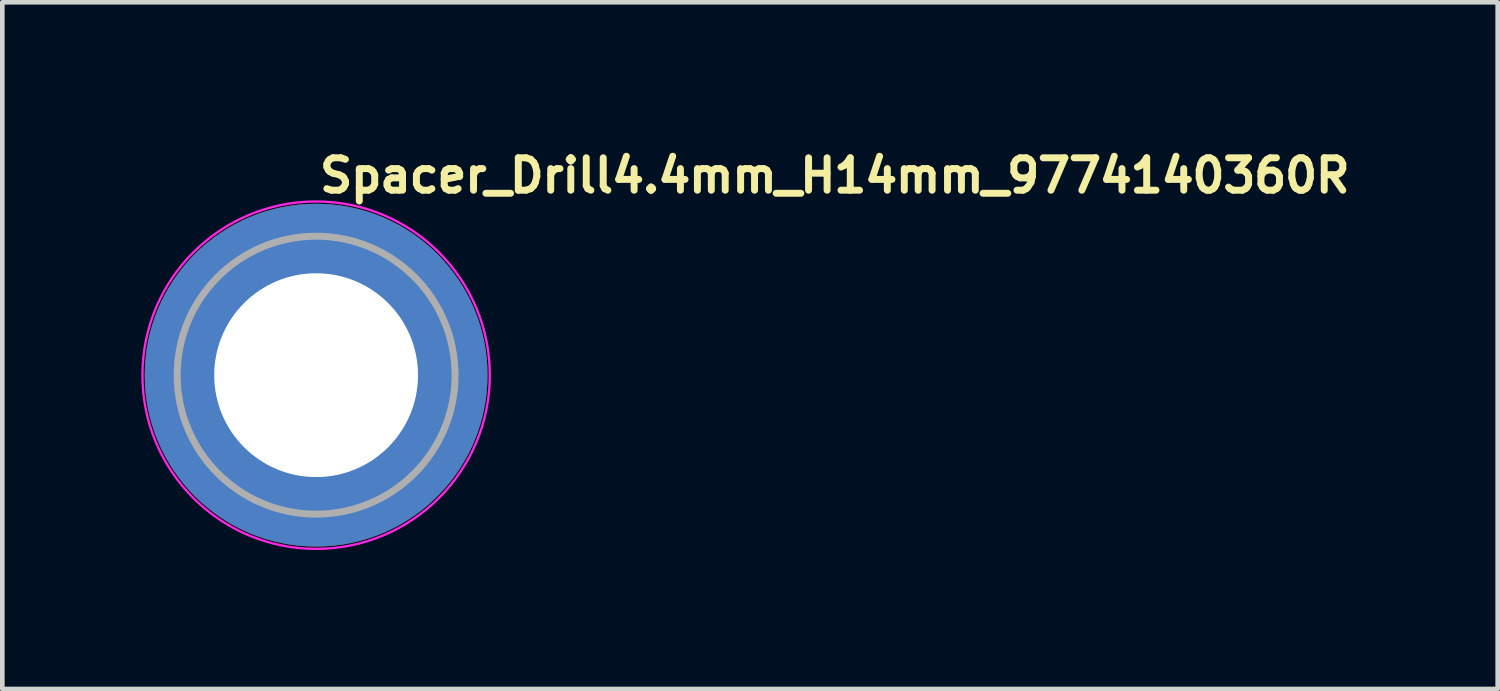
<source format=kicad_pcb>
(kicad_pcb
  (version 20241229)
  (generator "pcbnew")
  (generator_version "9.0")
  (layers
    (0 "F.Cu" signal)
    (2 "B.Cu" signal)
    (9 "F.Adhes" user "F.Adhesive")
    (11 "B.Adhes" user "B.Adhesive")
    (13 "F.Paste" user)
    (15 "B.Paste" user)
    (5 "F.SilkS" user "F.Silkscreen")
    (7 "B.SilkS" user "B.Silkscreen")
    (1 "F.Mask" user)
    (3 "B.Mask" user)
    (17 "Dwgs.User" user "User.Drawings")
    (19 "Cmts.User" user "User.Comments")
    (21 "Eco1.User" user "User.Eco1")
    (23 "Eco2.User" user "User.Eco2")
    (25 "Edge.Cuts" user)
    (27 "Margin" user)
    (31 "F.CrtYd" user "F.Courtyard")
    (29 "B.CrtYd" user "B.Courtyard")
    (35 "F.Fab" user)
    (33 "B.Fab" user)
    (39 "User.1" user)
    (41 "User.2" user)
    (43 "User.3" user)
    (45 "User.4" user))
  (footprint "Spacer_Drill4.4mm_H14mm_9774140360R"
    (layer "F.Cu")
    (at 3.775 5.05)
    (property "Reference" "Spacer_Drill4.4mm_H14mm_9774140360R" (at 0 -3.9 0) (layer "F.SilkS") (effects (font (size 0.7 0.7) (thickness 0.15)) (justify left bottom)))
    (attr smd)
    (fp_circle (center 0 0) (end 3.75 0) (stroke (width 0.05) (type solid)) (fill no) (layer "F.CrtYd"))
    (fp_circle (center 0 0) (end 3 0) (stroke (width 0.15) (type solid)) (fill no) (layer "F.Fab"))
    (fp_rect (start -3 -3) (end 3 3) (stroke (width 0.1) (type solid)) (fill no) (layer "User.5"))
    (fp_line (start -3 0) (end -3 0) (stroke (width 0.02) (type solid)) (layer "User.9"))
    (fp_line (start -3 0) (end -2.996 0.154) (stroke (width 0.02) (type solid)) (layer "User.9"))
    (fp_line (start -2.996 -0.154) (end -3 0) (stroke (width 0.02) (type solid)) (layer "User.9"))
    (fp_line (start -2.996 0.154) (end -2.984 0.306) (stroke (width 0.02) (type solid)) (layer "User.9"))
    (fp_line (start -2.984 -0.306) (end -2.996 -0.154) (stroke (width 0.02) (type solid)) (layer "User.9"))
    (fp_line (start -2.984 0.306) (end -2.965 0.456) (stroke (width 0.02) (type solid)) (layer "User.9"))
    (fp_line (start -2.965 -0.456) (end -2.984 -0.306) (stroke (width 0.02) (type solid)) (layer "User.9"))
    (fp_line (start -2.965 0.456) (end -2.939 0.604) (stroke (width 0.02) (type solid)) (layer "User.9"))
    (fp_line (start -2.939 -0.604) (end -2.965 -0.456) (stroke (width 0.02) (type solid)) (layer "User.9"))
    (fp_line (start -2.939 0.604) (end -2.905 0.749) (stroke (width 0.02) (type solid)) (layer "User.9"))
    (fp_line (start -2.905 -0.749) (end -2.939 -0.604) (stroke (width 0.02) (type solid)) (layer "User.9"))
    (fp_line (start -2.905 0.749) (end -2.865 0.892) (stroke (width 0.02) (type solid)) (layer "User.9"))
    (fp_line (start -2.865 -0.892) (end -2.905 -0.749) (stroke (width 0.02) (type solid)) (layer "User.9"))
    (fp_line (start -2.865 0.892) (end -2.817 1.031) (stroke (width 0.02) (type solid)) (layer "User.9"))
    (fp_line (start -2.817 -1.031) (end -2.865 -0.892) (stroke (width 0.02) (type solid)) (layer "User.9"))
    (fp_line (start -2.817 1.031) (end -2.764 1.167) (stroke (width 0.02) (type solid)) (layer "User.9"))
    (fp_line (start -2.764 -1.167) (end -2.817 -1.031) (stroke (width 0.02) (type solid)) (layer "User.9"))
    (fp_line (start -2.764 1.167) (end -2.704 1.3) (stroke (width 0.02) (type solid)) (layer "User.9"))
    (fp_line (start -2.704 -1.3) (end -2.764 -1.167) (stroke (width 0.02) (type solid)) (layer "User.9"))
    (fp_line (start -2.704 1.3) (end -2.637 1.429) (stroke (width 0.02) (type solid)) (layer "User.9"))
    (fp_line (start -2.637 -1.429) (end -2.704 -1.3) (stroke (width 0.02) (type solid)) (layer "User.9"))
    (fp_line (start -2.637 1.429) (end -2.565 1.555) (stroke (width 0.02) (type solid)) (layer "User.9"))
    (fp_line (start -2.565 -1.555) (end -2.637 -1.429) (stroke (width 0.02) (type solid)) (layer "User.9"))
    (fp_line (start -2.565 1.555) (end -2.487 1.677) (stroke (width 0.02) (type solid)) (layer "User.9"))
    (fp_line (start -2.487 -1.677) (end -2.565 -1.555) (stroke (width 0.02) (type solid)) (layer "User.9"))
    (fp_line (start -2.487 1.677) (end -2.404 1.794) (stroke (width 0.02) (type solid)) (layer "User.9"))
    (fp_line (start -2.404 -1.794) (end -2.487 -1.677) (stroke (width 0.02) (type solid)) (layer "User.9"))
    (fp_line (start -2.404 1.794) (end -2.314 1.908) (stroke (width 0.02) (type solid)) (layer "User.9"))
    (fp_line (start -2.314 -1.908) (end -2.404 -1.794) (stroke (width 0.02) (type solid)) (layer "User.9"))
    (fp_line (start -2.314 1.908) (end -2.22 2.016) (stroke (width 0.02) (type solid)) (layer "User.9"))
    (fp_line (start -2.22 -2.016) (end -2.314 -1.908) (stroke (width 0.02) (type solid)) (layer "User.9"))
    (fp_line (start -2.22 2.016) (end -2.121 2.121) (stroke (width 0.02) (type solid)) (layer "User.9"))
    (fp_line (start -2.121 -2.121) (end -2.22 -2.016) (stroke (width 0.02) (type solid)) (layer "User.9"))
    (fp_line (start -2.121 2.121) (end -2.016 2.22) (stroke (width 0.02) (type solid)) (layer "User.9"))
    (fp_line (start -2.016 -2.22) (end -2.121 -2.121) (stroke (width 0.02) (type solid)) (layer "User.9"))
    (fp_line (start -2.016 2.22) (end -1.908 2.314) (stroke (width 0.02) (type solid)) (layer "User.9"))
    (fp_line (start -1.908 -2.314) (end -2.016 -2.22) (stroke (width 0.02) (type solid)) (layer "User.9"))
    (fp_line (start -1.908 2.314) (end -1.794 2.404) (stroke (width 0.02) (type solid)) (layer "User.9"))
    (fp_line (start -1.794 -2.404) (end -1.908 -2.314) (stroke (width 0.02) (type solid)) (layer "User.9"))
    (fp_line (start -1.794 2.404) (end -1.677 2.487) (stroke (width 0.02) (type solid)) (layer "User.9"))
    (fp_line (start -1.677 -2.487) (end -1.794 -2.404) (stroke (width 0.02) (type solid)) (layer "User.9"))
    (fp_line (start -1.677 2.487) (end -1.555 2.565) (stroke (width 0.02) (type solid)) (layer "User.9"))
    (fp_line (start -1.555 -2.565) (end -1.677 -2.487) (stroke (width 0.02) (type solid)) (layer "User.9"))
    (fp_line (start -1.555 2.565) (end -1.429 2.637) (stroke (width 0.02) (type solid)) (layer "User.9"))
    (fp_line (start -1.429 -2.637) (end -1.555 -2.565) (stroke (width 0.02) (type solid)) (layer "User.9"))
    (fp_line (start -1.429 2.637) (end -1.3 2.704) (stroke (width 0.02) (type solid)) (layer "User.9"))
    (fp_line (start -1.3 -2.704) (end -1.429 -2.637) (stroke (width 0.02) (type solid)) (layer "User.9"))
    (fp_line (start -1.3 2.704) (end -1.167 2.764) (stroke (width 0.02) (type solid)) (layer "User.9"))
    (fp_line (start -1.229 0) (end -1.229 0) (stroke (width 0.02) (type solid)) (layer "User.9"))
    (fp_line (start -1.229 0) (end -1.227 0.063) (stroke (width 0.02) (type solid)) (layer "User.9"))
    (fp_line (start -1.227 -0.063) (end -1.229 0) (stroke (width 0.02) (type solid)) (layer "User.9"))
    (fp_line (start -1.227 0.063) (end -1.223 0.125) (stroke (width 0.02) (type solid)) (layer "User.9"))
    (fp_line (start -1.223 -0.125) (end -1.227 -0.063) (stroke (width 0.02) (type solid)) (layer "User.9"))
    (fp_line (start -1.223 0.125) (end -1.215 0.187) (stroke (width 0.02) (type solid)) (layer "User.9"))
    (fp_line (start -1.215 -0.187) (end -1.223 -0.125) (stroke (width 0.02) (type solid)) (layer "User.9"))
    (fp_line (start -1.215 0.187) (end -1.204 0.247) (stroke (width 0.02) (type solid)) (layer "User.9"))
    (fp_line (start -1.204 -0.247) (end -1.215 -0.187) (stroke (width 0.02) (type solid)) (layer "User.9"))
    (fp_line (start -1.204 0.247) (end -1.19 0.307) (stroke (width 0.02) (type solid)) (layer "User.9"))
    (fp_line (start -1.19 -0.307) (end -1.204 -0.247) (stroke (width 0.02) (type solid)) (layer "User.9"))
    (fp_line (start -1.19 0.307) (end -1.174 0.365) (stroke (width 0.02) (type solid)) (layer "User.9"))
    (fp_line (start -1.174 -0.365) (end -1.19 -0.307) (stroke (width 0.02) (type solid)) (layer "User.9"))
    (fp_line (start -1.174 0.365) (end -1.154 0.422) (stroke (width 0.02) (type solid)) (layer "User.9"))
    (fp_line (start -1.167 -2.764) (end -1.3 -2.704) (stroke (width 0.02) (type solid)) (layer "User.9"))
    (fp_line (start -1.167 2.764) (end -1.031 2.817) (stroke (width 0.02) (type solid)) (layer "User.9"))
    (fp_line (start -1.154 -0.422) (end -1.174 -0.365) (stroke (width 0.02) (type solid)) (layer "User.9"))
    (fp_line (start -1.154 0.422) (end -1.132 0.478) (stroke (width 0.02) (type solid)) (layer "User.9"))
    (fp_line (start -1.132 -0.478) (end -1.154 -0.422) (stroke (width 0.02) (type solid)) (layer "User.9"))
    (fp_line (start -1.132 0.478) (end -1.108 0.533) (stroke (width 0.02) (type solid)) (layer "User.9"))
    (fp_line (start -1.108 -0.533) (end -1.132 -0.478) (stroke (width 0.02) (type solid)) (layer "User.9"))
    (fp_line (start -1.108 0.533) (end -1.081 0.586) (stroke (width 0.02) (type solid)) (layer "User.9"))
    (fp_line (start -1.081 -0.586) (end -1.108 -0.533) (stroke (width 0.02) (type solid)) (layer "User.9"))
    (fp_line (start -1.081 0.586) (end -1.051 0.637) (stroke (width 0.02) (type solid)) (layer "User.9"))
    (fp_line (start -1.051 -0.637) (end -1.081 -0.586) (stroke (width 0.02) (type solid)) (layer "User.9"))
    (fp_line (start -1.051 0.637) (end -1.019 0.687) (stroke (width 0.02) (type solid)) (layer "User.9"))
    (fp_line (start -1.031 -2.817) (end -1.167 -2.764) (stroke (width 0.02) (type solid)) (layer "User.9"))
    (fp_line (start -1.031 2.817) (end -0.892 2.865) (stroke (width 0.02) (type solid)) (layer "User.9"))
    (fp_line (start -1.019 -0.687) (end -1.051 -0.637) (stroke (width 0.02) (type solid)) (layer "User.9"))
    (fp_line (start -1.019 0.687) (end -0.985 0.735) (stroke (width 0.02) (type solid)) (layer "User.9"))
    (fp_line (start -0.985 -0.735) (end -1.019 -0.687) (stroke (width 0.02) (type solid)) (layer "User.9"))
    (fp_line (start -0.985 0.735) (end -0.948 0.782) (stroke (width 0.02) (type solid)) (layer "User.9"))
    (fp_line (start -0.948 -0.782) (end -0.985 -0.735) (stroke (width 0.02) (type solid)) (layer "User.9"))
    (fp_line (start -0.948 0.782) (end -0.91 0.826) (stroke (width 0.02) (type solid)) (layer "User.9"))
    (fp_line (start -0.91 -0.826) (end -0.948 -0.782) (stroke (width 0.02) (type solid)) (layer "User.9"))
    (fp_line (start -0.91 0.826) (end -0.869 0.869) (stroke (width 0.02) (type solid)) (layer "User.9"))
    (fp_line (start -0.892 -2.865) (end -1.031 -2.817) (stroke (width 0.02) (type solid)) (layer "User.9"))
    (fp_line (start -0.892 2.865) (end -0.749 2.905) (stroke (width 0.02) (type solid)) (layer "User.9"))
    (fp_line (start -0.869 -0.869) (end -0.91 -0.826) (stroke (width 0.02) (type solid)) (layer "User.9"))
    (fp_line (start -0.869 0.869) (end -0.826 0.91) (stroke (width 0.02) (type solid)) (layer "User.9"))
    (fp_line (start -0.826 -0.91) (end -0.869 -0.869) (stroke (width 0.02) (type solid)) (layer "User.9"))
    (fp_line (start -0.826 0.91) (end -0.782 0.948) (stroke (width 0.02) (type solid)) (layer "User.9"))
    (fp_line (start -0.782 -0.948) (end -0.826 -0.91) (stroke (width 0.02) (type solid)) (layer "User.9"))
    (fp_line (start -0.782 0.948) (end -0.735 0.985) (stroke (width 0.02) (type solid)) (layer "User.9"))
    (fp_line (start -0.749 -2.905) (end -0.892 -2.865) (stroke (width 0.02) (type solid)) (layer "User.9"))
    (fp_line (start -0.749 2.905) (end -0.604 2.939) (stroke (width 0.02) (type solid)) (layer "User.9"))
    (fp_line (start -0.735 -0.985) (end -0.782 -0.948) (stroke (width 0.02) (type solid)) (layer "User.9"))
    (fp_line (start -0.735 0.985) (end -0.687 1.019) (stroke (width 0.02) (type solid)) (layer "User.9"))
    (fp_line (start -0.687 -1.019) (end -0.735 -0.985) (stroke (width 0.02) (type solid)) (layer "User.9"))
    (fp_line (start -0.687 1.019) (end -0.637 1.051) (stroke (width 0.02) (type solid)) (layer "User.9"))
    (fp_line (start -0.637 -1.051) (end -0.687 -1.019) (stroke (width 0.02) (type solid)) (layer "User.9"))
    (fp_line (start -0.637 1.051) (end -0.586 1.081) (stroke (width 0.02) (type solid)) (layer "User.9"))
    (fp_line (start -0.604 -2.939) (end -0.749 -2.905) (stroke (width 0.02) (type solid)) (layer "User.9"))
    (fp_line (start -0.604 2.939) (end -0.456 2.965) (stroke (width 0.02) (type solid)) (layer "User.9"))
    (fp_line (start -0.586 -1.081) (end -0.637 -1.051) (stroke (width 0.02) (type solid)) (layer "User.9"))
    (fp_line (start -0.586 1.081) (end -0.533 1.108) (stroke (width 0.02) (type solid)) (layer "User.9"))
    (fp_line (start -0.533 -1.108) (end -0.586 -1.081) (stroke (width 0.02) (type solid)) (layer "User.9"))
    (fp_line (start -0.533 1.108) (end -0.478 1.132) (stroke (width 0.02) (type solid)) (layer "User.9"))
    (fp_line (start -0.478 -1.132) (end -0.533 -1.108) (stroke (width 0.02) (type solid)) (layer "User.9"))
    (fp_line (start -0.478 1.132) (end -0.422 1.154) (stroke (width 0.02) (type solid)) (layer "User.9"))
    (fp_line (start -0.456 -2.965) (end -0.604 -2.939) (stroke (width 0.02) (type solid)) (layer "User.9"))
    (fp_line (start -0.456 2.965) (end -0.306 2.984) (stroke (width 0.02) (type solid)) (layer "User.9"))
    (fp_line (start -0.422 -1.154) (end -0.478 -1.132) (stroke (width 0.02) (type solid)) (layer "User.9"))
    (fp_line (start -0.422 1.154) (end -0.365 1.174) (stroke (width 0.02) (type solid)) (layer "User.9"))
    (fp_line (start -0.365 -1.174) (end -0.422 -1.154) (stroke (width 0.02) (type solid)) (layer "User.9"))
    (fp_line (start -0.365 1.174) (end -0.307 1.19) (stroke (width 0.02) (type solid)) (layer "User.9"))
    (fp_line (start -0.307 -1.19) (end -0.365 -1.174) (stroke (width 0.02) (type solid)) (layer "User.9"))
    (fp_line (start -0.307 1.19) (end -0.247 1.204) (stroke (width 0.02) (type solid)) (layer "User.9"))
    (fp_line (start -0.306 -2.984) (end -0.456 -2.965) (stroke (width 0.02) (type solid)) (layer "User.9"))
    (fp_line (start -0.306 2.984) (end -0.154 2.996) (stroke (width 0.02) (type solid)) (layer "User.9"))
    (fp_line (start -0.247 -1.204) (end -0.307 -1.19) (stroke (width 0.02) (type solid)) (layer "User.9"))
    (fp_line (start -0.247 1.204) (end -0.187 1.215) (stroke (width 0.02) (type solid)) (layer "User.9"))
    (fp_line (start -0.187 -1.215) (end -0.247 -1.204) (stroke (width 0.02) (type solid)) (layer "User.9"))
    (fp_line (start -0.187 1.215) (end -0.125 1.223) (stroke (width 0.02) (type solid)) (layer "User.9"))
    (fp_line (start -0.154 -2.996) (end -0.306 -2.984) (stroke (width 0.02) (type solid)) (layer "User.9"))
    (fp_line (start -0.154 2.996) (end 0 3) (stroke (width 0.02) (type solid)) (layer "User.9"))
    (fp_line (start -0.125 -1.223) (end -0.187 -1.215) (stroke (width 0.02) (type solid)) (layer "User.9"))
    (fp_line (start -0.125 1.223) (end -0.063 1.227) (stroke (width 0.02) (type solid)) (layer "User.9"))
    (fp_line (start -0.063 -1.227) (end -0.125 -1.223) (stroke (width 0.02) (type solid)) (layer "User.9"))
    (fp_line (start -0.063 1.227) (end 0 1.229) (stroke (width 0.02) (type solid)) (layer "User.9"))
    (fp_line (start 0 -3) (end -0.154 -2.996) (stroke (width 0.02) (type solid)) (layer "User.9"))
    (fp_line (start 0 -3) (end 0 -3) (stroke (width 0.02) (type solid)) (layer "User.9"))
    (fp_line (start 0 -1.229) (end -0.063 -1.227) (stroke (width 0.02) (type solid)) (layer "User.9"))
    (fp_line (start 0 -1.229) (end 0 -1.229) (stroke (width 0.02) (type solid)) (layer "User.9"))
    (fp_line (start 0 1.229) (end 0 1.229) (stroke (width 0.02) (type solid)) (layer "User.9"))
    (fp_line (start 0 1.229) (end 0.063 1.227) (stroke (width 0.02) (type solid)) (layer "User.9"))
    (fp_line (start 0 3) (end 0 3) (stroke (width 0.02) (type solid)) (layer "User.9"))
    (fp_line (start 0 3) (end 0.154 2.996) (stroke (width 0.02) (type solid)) (layer "User.9"))
    (fp_line (start 0.063 -1.227) (end 0 -1.229) (stroke (width 0.02) (type solid)) (layer "User.9"))
    (fp_line (start 0.063 1.227) (end 0.125 1.223) (stroke (width 0.02) (type solid)) (layer "User.9"))
    (fp_line (start 0.125 -1.223) (end 0.063 -1.227) (stroke (width 0.02) (type solid)) (layer "User.9"))
    (fp_line (start 0.125 1.223) (end 0.187 1.215) (stroke (width 0.02) (type solid)) (layer "User.9"))
    (fp_line (start 0.154 -2.996) (end 0 -3) (stroke (width 0.02) (type solid)) (layer "User.9"))
    (fp_line (start 0.154 2.996) (end 0.306 2.984) (stroke (width 0.02) (type solid)) (layer "User.9"))
    (fp_line (start 0.187 -1.215) (end 0.125 -1.223) (stroke (width 0.02) (type solid)) (layer "User.9"))
    (fp_line (start 0.187 1.215) (end 0.247 1.204) (stroke (width 0.02) (type solid)) (layer "User.9"))
    (fp_line (start 0.247 -1.204) (end 0.187 -1.215) (stroke (width 0.02) (type solid)) (layer "User.9"))
    (fp_line (start 0.247 1.204) (end 0.307 1.19) (stroke (width 0.02) (type solid)) (layer "User.9"))
    (fp_line (start 0.306 -2.984) (end 0.154 -2.996) (stroke (width 0.02) (type solid)) (layer "User.9"))
    (fp_line (start 0.306 2.984) (end 0.456 2.965) (stroke (width 0.02) (type solid)) (layer "User.9"))
    (fp_line (start 0.307 -1.19) (end 0.247 -1.204) (stroke (width 0.02) (type solid)) (layer "User.9"))
    (fp_line (start 0.307 1.19) (end 0.365 1.174) (stroke (width 0.02) (type solid)) (layer "User.9"))
    (fp_line (start 0.365 -1.174) (end 0.307 -1.19) (stroke (width 0.02) (type solid)) (layer "User.9"))
    (fp_line (start 0.365 1.174) (end 0.422 1.154) (stroke (width 0.02) (type solid)) (layer "User.9"))
    (fp_line (start 0.422 -1.154) (end 0.365 -1.174) (stroke (width 0.02) (type solid)) (layer "User.9"))
    (fp_line (start 0.422 1.154) (end 0.478 1.132) (stroke (width 0.02) (type solid)) (layer "User.9"))
    (fp_line (start 0.456 -2.965) (end 0.306 -2.984) (stroke (width 0.02) (type solid)) (layer "User.9"))
    (fp_line (start 0.456 2.965) (end 0.604 2.939) (stroke (width 0.02) (type solid)) (layer "User.9"))
    (fp_line (start 0.478 -1.132) (end 0.422 -1.154) (stroke (width 0.02) (type solid)) (layer "User.9"))
    (fp_line (start 0.478 1.132) (end 0.533 1.108) (stroke (width 0.02) (type solid)) (layer "User.9"))
    (fp_line (start 0.533 -1.108) (end 0.478 -1.132) (stroke (width 0.02) (type solid)) (layer "User.9"))
    (fp_line (start 0.533 1.108) (end 0.586 1.081) (stroke (width 0.02) (type solid)) (layer "User.9"))
    (fp_line (start 0.586 -1.081) (end 0.533 -1.108) (stroke (width 0.02) (type solid)) (layer "User.9"))
    (fp_line (start 0.586 1.081) (end 0.637 1.051) (stroke (width 0.02) (type solid)) (layer "User.9"))
    (fp_line (start 0.604 -2.939) (end 0.456 -2.965) (stroke (width 0.02) (type solid)) (layer "User.9"))
    (fp_line (start 0.604 2.939) (end 0.749 2.905) (stroke (width 0.02) (type solid)) (layer "User.9"))
    (fp_line (start 0.637 -1.051) (end 0.586 -1.081) (stroke (width 0.02) (type solid)) (layer "User.9"))
    (fp_line (start 0.637 1.051) (end 0.687 1.019) (stroke (width 0.02) (type solid)) (layer "User.9"))
    (fp_line (start 0.687 -1.019) (end 0.637 -1.051) (stroke (width 0.02) (type solid)) (layer "User.9"))
    (fp_line (start 0.687 1.019) (end 0.735 0.985) (stroke (width 0.02) (type solid)) (layer "User.9"))
    (fp_line (start 0.735 -0.985) (end 0.687 -1.019) (stroke (width 0.02) (type solid)) (layer "User.9"))
    (fp_line (start 0.735 0.985) (end 0.782 0.948) (stroke (width 0.02) (type solid)) (layer "User.9"))
    (fp_line (start 0.749 -2.905) (end 0.604 -2.939) (stroke (width 0.02) (type solid)) (layer "User.9"))
    (fp_line (start 0.749 2.905) (end 0.892 2.865) (stroke (width 0.02) (type solid)) (layer "User.9"))
    (fp_line (start 0.782 -0.948) (end 0.735 -0.985) (stroke (width 0.02) (type solid)) (layer "User.9"))
    (fp_line (start 0.782 0.948) (end 0.826 0.91) (stroke (width 0.02) (type solid)) (layer "User.9"))
    (fp_line (start 0.826 -0.91) (end 0.782 -0.948) (stroke (width 0.02) (type solid)) (layer "User.9"))
    (fp_line (start 0.826 0.91) (end 0.869 0.869) (stroke (width 0.02) (type solid)) (layer "User.9"))
    (fp_line (start 0.869 -0.869) (end 0.826 -0.91) (stroke (width 0.02) (type solid)) (layer "User.9"))
    (fp_line (start 0.869 0.869) (end 0.91 0.826) (stroke (width 0.02) (type solid)) (layer "User.9"))
    (fp_line (start 0.892 -2.865) (end 0.749 -2.905) (stroke (width 0.02) (type solid)) (layer "User.9"))
    (fp_line (start 0.892 2.865) (end 1.031 2.817) (stroke (width 0.02) (type solid)) (layer "User.9"))
    (fp_line (start 0.91 -0.826) (end 0.869 -0.869) (stroke (width 0.02) (type solid)) (layer "User.9"))
    (fp_line (start 0.91 0.826) (end 0.948 0.782) (stroke (width 0.02) (type solid)) (layer "User.9"))
    (fp_line (start 0.948 -0.782) (end 0.91 -0.826) (stroke (width 0.02) (type solid)) (layer "User.9"))
    (fp_line (start 0.948 0.782) (end 0.985 0.735) (stroke (width 0.02) (type solid)) (layer "User.9"))
    (fp_line (start 0.985 -0.735) (end 0.948 -0.782) (stroke (width 0.02) (type solid)) (layer "User.9"))
    (fp_line (start 0.985 0.735) (end 1.019 0.687) (stroke (width 0.02) (type solid)) (layer "User.9"))
    (fp_line (start 1.019 -0.687) (end 0.985 -0.735) (stroke (width 0.02) (type solid)) (layer "User.9"))
    (fp_line (start 1.019 0.687) (end 1.051 0.637) (stroke (width 0.02) (type solid)) (layer "User.9"))
    (fp_line (start 1.031 -2.817) (end 0.892 -2.865) (stroke (width 0.02) (type solid)) (layer "User.9"))
    (fp_line (start 1.031 2.817) (end 1.167 2.764) (stroke (width 0.02) (type solid)) (layer "User.9"))
    (fp_line (start 1.051 -0.637) (end 1.019 -0.687) (stroke (width 0.02) (type solid)) (layer "User.9"))
    (fp_line (start 1.051 0.637) (end 1.081 0.586) (stroke (width 0.02) (type solid)) (layer "User.9"))
    (fp_line (start 1.081 -0.586) (end 1.051 -0.637) (stroke (width 0.02) (type solid)) (layer "User.9"))
    (fp_line (start 1.081 0.586) (end 1.108 0.533) (stroke (width 0.02) (type solid)) (layer "User.9"))
    (fp_line (start 1.108 -0.533) (end 1.081 -0.586) (stroke (width 0.02) (type solid)) (layer "User.9"))
    (fp_line (start 1.108 0.533) (end 1.132 0.478) (stroke (width 0.02) (type solid)) (layer "User.9"))
    (fp_line (start 1.132 -0.478) (end 1.108 -0.533) (stroke (width 0.02) (type solid)) (layer "User.9"))
    (fp_line (start 1.132 0.478) (end 1.154 0.422) (stroke (width 0.02) (type solid)) (layer "User.9"))
    (fp_line (start 1.154 -0.422) (end 1.132 -0.478) (stroke (width 0.02) (type solid)) (layer "User.9"))
    (fp_line (start 1.154 0.422) (end 1.174 0.365) (stroke (width 0.02) (type solid)) (layer "User.9"))
    (fp_line (start 1.167 -2.764) (end 1.031 -2.817) (stroke (width 0.02) (type solid)) (layer "User.9"))
    (fp_line (start 1.167 2.764) (end 1.3 2.704) (stroke (width 0.02) (type solid)) (layer "User.9"))
    (fp_line (start 1.174 -0.365) (end 1.154 -0.422) (stroke (width 0.02) (type solid)) (layer "User.9"))
    (fp_line (start 1.174 0.365) (end 1.19 0.307) (stroke (width 0.02) (type solid)) (layer "User.9"))
    (fp_line (start 1.19 -0.307) (end 1.174 -0.365) (stroke (width 0.02) (type solid)) (layer "User.9"))
    (fp_line (start 1.19 0.307) (end 1.204 0.247) (stroke (width 0.02) (type solid)) (layer "User.9"))
    (fp_line (start 1.204 -0.247) (end 1.19 -0.307) (stroke (width 0.02) (type solid)) (layer "User.9"))
    (fp_line (start 1.204 0.247) (end 1.215 0.187) (stroke (width 0.02) (type solid)) (layer "User.9"))
    (fp_line (start 1.215 -0.187) (end 1.204 -0.247) (stroke (width 0.02) (type solid)) (layer "User.9"))
    (fp_line (start 1.215 0.187) (end 1.223 0.125) (stroke (width 0.02) (type solid)) (layer "User.9"))
    (fp_line (start 1.223 -0.125) (end 1.215 -0.187) (stroke (width 0.02) (type solid)) (layer "User.9"))
    (fp_line (start 1.223 0.125) (end 1.227 0.063) (stroke (width 0.02) (type solid)) (layer "User.9"))
    (fp_line (start 1.227 -0.063) (end 1.223 -0.125) (stroke (width 0.02) (type solid)) (layer "User.9"))
    (fp_line (start 1.227 0.063) (end 1.229 0) (stroke (width 0.02) (type solid)) (layer "User.9"))
    (fp_line (start 1.229 0) (end 1.227 -0.063) (stroke (width 0.02) (type solid)) (layer "User.9"))
    (fp_line (start 1.229 0) (end 1.229 0) (stroke (width 0.02) (type solid)) (layer "User.9"))
    (fp_line (start 1.229 0) (end 1.229 0) (stroke (width 0.02) (type solid)) (layer "User.9"))
    (fp_line (start 1.3 -2.704) (end 1.167 -2.764) (stroke (width 0.02) (type solid)) (layer "User.9"))
    (fp_line (start 1.3 2.704) (end 1.429 2.637) (stroke (width 0.02) (type solid)) (layer "User.9"))
    (fp_line (start 1.429 -2.637) (end 1.3 -2.704) (stroke (width 0.02) (type solid)) (layer "User.9"))
    (fp_line (start 1.429 2.637) (end 1.555 2.565) (stroke (width 0.02) (type solid)) (layer "User.9"))
    (fp_line (start 1.555 -2.565) (end 1.429 -2.637) (stroke (width 0.02) (type solid)) (layer "User.9"))
    (fp_line (start 1.555 2.565) (end 1.677 2.487) (stroke (width 0.02) (type solid)) (layer "User.9"))
    (fp_line (start 1.677 -2.487) (end 1.555 -2.565) (stroke (width 0.02) (type solid)) (layer "User.9"))
    (fp_line (start 1.677 2.487) (end 1.794 2.404) (stroke (width 0.02) (type solid)) (layer "User.9"))
    (fp_line (start 1.794 -2.404) (end 1.677 -2.487) (stroke (width 0.02) (type solid)) (layer "User.9"))
    (fp_line (start 1.794 2.404) (end 1.908 2.314) (stroke (width 0.02) (type solid)) (layer "User.9"))
    (fp_line (start 1.908 -2.314) (end 1.794 -2.404) (stroke (width 0.02) (type solid)) (layer "User.9"))
    (fp_line (start 1.908 2.314) (end 2.016 2.22) (stroke (width 0.02) (type solid)) (layer "User.9"))
    (fp_line (start 2.016 -2.22) (end 1.908 -2.314) (stroke (width 0.02) (type solid)) (layer "User.9"))
    (fp_line (start 2.016 2.22) (end 2.121 2.121) (stroke (width 0.02) (type solid)) (layer "User.9"))
    (fp_line (start 2.121 -2.121) (end 2.016 -2.22) (stroke (width 0.02) (type solid)) (layer "User.9"))
    (fp_line (start 2.121 2.121) (end 2.22 2.016) (stroke (width 0.02) (type solid)) (layer "User.9"))
    (fp_line (start 2.22 -2.016) (end 2.121 -2.121) (stroke (width 0.02) (type solid)) (layer "User.9"))
    (fp_line (start 2.22 2.016) (end 2.314 1.908) (stroke (width 0.02) (type solid)) (layer "User.9"))
    (fp_line (start 2.314 -1.908) (end 2.22 -2.016) (stroke (width 0.02) (type solid)) (layer "User.9"))
    (fp_line (start 2.314 1.908) (end 2.404 1.794) (stroke (width 0.02) (type solid)) (layer "User.9"))
    (fp_line (start 2.404 -1.794) (end 2.314 -1.908) (stroke (width 0.02) (type solid)) (layer "User.9"))
    (fp_line (start 2.404 1.794) (end 2.487 1.677) (stroke (width 0.02) (type solid)) (layer "User.9"))
    (fp_line (start 2.487 -1.677) (end 2.404 -1.794) (stroke (width 0.02) (type solid)) (layer "User.9"))
    (fp_line (start 2.487 1.677) (end 2.565 1.555) (stroke (width 0.02) (type solid)) (layer "User.9"))
    (fp_line (start 2.565 -1.555) (end 2.487 -1.677) (stroke (width 0.02) (type solid)) (layer "User.9"))
    (fp_line (start 2.565 1.555) (end 2.637 1.429) (stroke (width 0.02) (type solid)) (layer "User.9"))
    (fp_line (start 2.637 -1.429) (end 2.565 -1.555) (stroke (width 0.02) (type solid)) (layer "User.9"))
    (fp_line (start 2.637 1.429) (end 2.704 1.3) (stroke (width 0.02) (type solid)) (layer "User.9"))
    (fp_line (start 2.704 -1.3) (end 2.637 -1.429) (stroke (width 0.02) (type solid)) (layer "User.9"))
    (fp_line (start 2.704 1.3) (end 2.764 1.167) (stroke (width 0.02) (type solid)) (layer "User.9"))
    (fp_line (start 2.764 -1.167) (end 2.704 -1.3) (stroke (width 0.02) (type solid)) (layer "User.9"))
    (fp_line (start 2.764 1.167) (end 2.817 1.031) (stroke (width 0.02) (type solid)) (layer "User.9"))
    (fp_line (start 2.817 -1.031) (end 2.764 -1.167) (stroke (width 0.02) (type solid)) (layer "User.9"))
    (fp_line (start 2.817 1.031) (end 2.865 0.892) (stroke (width 0.02) (type solid)) (layer "User.9"))
    (fp_line (start 2.865 -0.892) (end 2.817 -1.031) (stroke (width 0.02) (type solid)) (layer "User.9"))
    (fp_line (start 2.865 0.892) (end 2.905 0.749) (stroke (width 0.02) (type solid)) (layer "User.9"))
    (fp_line (start 2.905 -0.749) (end 2.865 -0.892) (stroke (width 0.02) (type solid)) (layer "User.9"))
    (fp_line (start 2.905 0.749) (end 2.939 0.604) (stroke (width 0.02) (type solid)) (layer "User.9"))
    (fp_line (start 2.939 -0.604) (end 2.905 -0.749) (stroke (width 0.02) (type solid)) (layer "User.9"))
    (fp_line (start 2.939 0.604) (end 2.965 0.456) (stroke (width 0.02) (type solid)) (layer "User.9"))
    (fp_line (start 2.965 -0.456) (end 2.939 -0.604) (stroke (width 0.02) (type solid)) (layer "User.9"))
    (fp_line (start 2.965 0.456) (end 2.984 0.306) (stroke (width 0.02) (type solid)) (layer "User.9"))
    (fp_line (start 2.984 -0.306) (end 2.965 -0.456) (stroke (width 0.02) (type solid)) (layer "User.9"))
    (fp_line (start 2.984 0.306) (end 2.996 0.154) (stroke (width 0.02) (type solid)) (layer "User.9"))
    (fp_line (start 2.996 -0.154) (end 2.984 -0.306) (stroke (width 0.02) (type solid)) (layer "User.9"))
    (fp_line (start 2.996 0.154) (end 3 0) (stroke (width 0.02) (type solid)) (layer "User.9"))
    (fp_line (start 3 0) (end 2.996 -0.154) (stroke (width 0.02) (type solid)) (layer "User.9"))
    (fp_line (start 3 0) (end 3 0) (stroke (width 0.02) (type solid)) (layer "User.9"))
    (fp_line (start 3 0) (end 3 0) (stroke (width 0.02) (type solid)) (layer "User.9"))
    (pad "" smd custom (at -2.057 -2.057) (size 0.7 0.7) (layers "F.Paste") (options (anchor circle)) (primitives (gr_arc (start -0.377294 1.707681) (mid 0.317578 0.318818) (end 1.705945 -0.377044) (width 0.2)) (gr_arc (start -0.478281 1.707681) (mid 0.244583 0.250396) (end 1.699539 -0.477144) (width 0.2)) (gr_arc (start -0.579192 1.707681) (mid 0.173852 0.179706) (end 1.699475 -0.57809) (width 0.2)) (gr_arc (start -0.680037 1.707681) (mid 0.102165 0.109975) (end 1.696729 -0.678615) (width 0.2)) (gr_arc (start -0.780822 1.707681) (mid 0.029339 0.041389) (end 1.690773 -0.778686) (width 0.2)) (gr_arc (start -0.881554 1.707681) (mid -0.044806 -0.025862) (end 1.681093 -0.878266) (width 0.2)) (gr_arc (start -0.982237 1.707681) (mid -0.109168 -0.10296) (end 1.69896 -0.98122) (width 0.2)) (gr_arc (start -1.082877 1.707681) (mid -0.186153 -0.167362) (end 1.681283 -1.079823) (width 0.2)) (gr_arc (start -1.183476 1.707681) (mid -0.252982 -0.241979) (end 1.692214 -1.181768) (width 0.2)) (gr_arc (start -1.28404 1.707681) (mid -0.325276 -0.311099) (end 1.687749 -1.28189) (width 0.2)) (gr_line (start 1.708 -0.377) (end 1.708 -1.284) (width 0.2)) (gr_line (start -0.377 1.708) (end -1.284 1.708) (width 0.2))))
    (pad "" smd custom (at -2.057 2.057) (size 0.7 0.7) (layers "F.Paste") (options (anchor circle)) (primitives (gr_arc (start 1.707681 0.377294) (mid 0.318818 -0.317578) (end -0.377044 -1.705945) (width 0.2)) (gr_arc (start 1.707681 0.478281) (mid 0.250396 -0.244583) (end -0.477144 -1.699539) (width 0.2)) (gr_arc (start 1.707681 0.579192) (mid 0.179706 -0.173852) (end -0.57809 -1.699475) (width 0.2)) (gr_arc (start 1.707681 0.680037) (mid 0.109975 -0.102165) (end -0.678615 -1.696729) (width 0.2)) (gr_arc (start 1.707681 0.780822) (mid 0.043159 -0.027582) (end -0.778042 -1.685827) (width 0.2)) (gr_arc (start 1.707681 0.881554) (mid -0.025862 0.044806) (end -0.878266 -1.681093) (width 0.2)) (gr_arc (start 1.707681 0.982237) (mid -0.10485 0.107282) (end -0.981842 -1.704264) (width 0.2)) (gr_arc (start 1.707681 1.082877) (mid -0.167362 0.186153) (end -1.079823 -1.681283) (width 0.2)) (gr_arc (start 1.707681 1.183476) (mid -0.241979 0.252982) (end -1.181768 -1.692214) (width 0.2)) (gr_arc (start 1.707681 1.28404) (mid -0.315258 0.321134) (end -1.283164 -1.699417) (width 0.2)) (gr_line (start -0.377 -1.708) (end -1.284 -1.708) (width 0.2)) (gr_line (start 1.708 0.377) (end 1.708 1.284) (width 0.2))))
    (pad "" smd custom (at 2.057 -2.057) (size 0.7 0.7) (layers "F.Paste") (options (anchor circle)) (primitives (gr_arc (start -1.707681 -0.377294) (mid -0.318817 0.317579) (end 0.377044 1.705947) (width 0.2)) (gr_arc (start -1.707681 -0.478281) (mid -0.248815 0.24616) (end 0.477764 1.703961) (width 0.2)) (gr_arc (start -1.707681 -0.579192) (mid -0.191248 0.162417) (end 0.573517 1.667304) (width 0.2)) (gr_arc (start -1.707681 -0.680037) (mid -0.116813 0.095377) (end 0.676029 1.677632) (width 0.2)) (gr_arc (start -1.707681 -0.780822) (mid -0.041389 0.029339) (end 0.778686 1.690773) (width 0.2)) (gr_arc (start -1.707681 -0.881554) (mid 0.020353 -0.050251) (end 0.876256 1.665732) (width 0.2)) (gr_arc (start -1.707681 -0.982237) (mid 0.101066 -0.111055) (end 0.980588 1.693652) (width 0.2)) (gr_arc (start -1.707681 -1.082877) (mid 0.163443 -0.190031) (end 1.078489 1.670336) (width 0.2)) (gr_arc (start -1.707681 -1.183476) (mid 0.243995 -0.250974) (end 1.182402 1.69787) (width 0.2)) (gr_arc (start -1.707681 -1.28404) (mid 0.30902 -0.327338) (end 1.281239 1.681929) (width 0.2)) (gr_line (start 0.377 1.708) (end 1.284 1.708) (width 0.2)) (gr_line (start -1.708 -0.377) (end -1.708 -1.284) (width 0.2))))
    (pad "" smd custom (at 2.057 2.057) (size 0.7 0.7) (layers "F.Paste") (options (anchor circle)) (primitives (gr_arc (start 0.377294 -1.707681) (mid -0.317579 -0.318817) (end -1.705947 0.377044) (width 0.2)) (gr_arc (start 0.478281 -1.707681) (mid -0.24616 -0.248815) (end -1.703961 0.477764) (width 0.2)) (gr_arc (start 0.579192 -1.707681) (mid -0.162417 -0.191248) (end -1.667304 0.573517) (width 0.2)) (gr_arc (start 0.680037 -1.707681) (mid -0.095377 -0.116813) (end -1.677632 0.676029) (width 0.2)) (gr_arc (start 0.780822 -1.707681) (mid -0.029339 -0.041389) (end -1.690773 0.778686) (width 0.2)) (gr_arc (start 0.881554 -1.707681) (mid 0.050251 0.020353) (end -1.665732 0.876256) (width 0.2)) (gr_arc (start 0.982237 -1.707681) (mid 0.111055 0.101066) (end -1.693652 0.980588) (width 0.2)) (gr_arc (start 1.082877 -1.707681) (mid 0.190031 0.163443) (end -1.670336 1.078489) (width 0.2)) (gr_arc (start 1.183476 -1.707681) (mid 0.250974 0.243995) (end -1.69787 1.182402) (width 0.2)) (gr_arc (start 1.28404 -1.707681) (mid 0.327338 0.30902) (end -1.681929 1.281239) (width 0.2)) (gr_line (start -1.708 0.377) (end -1.708 1.284) (width 0.2)) (gr_line (start 0.377 -1.708) (end 1.284 -1.708) (width 0.2))))
    (pad "1" thru_hole circle (at 0 0) (size 7.4 7.4) (drill 4.4) (layers "*.Cu" "F.Mask")))
  (gr_rect
    (start -3 -3)
    (end 29.285 11.825)
    (stroke (width 0.1) (type default))
    (fill no)
    (layer "Edge.Cuts")))
</source>
